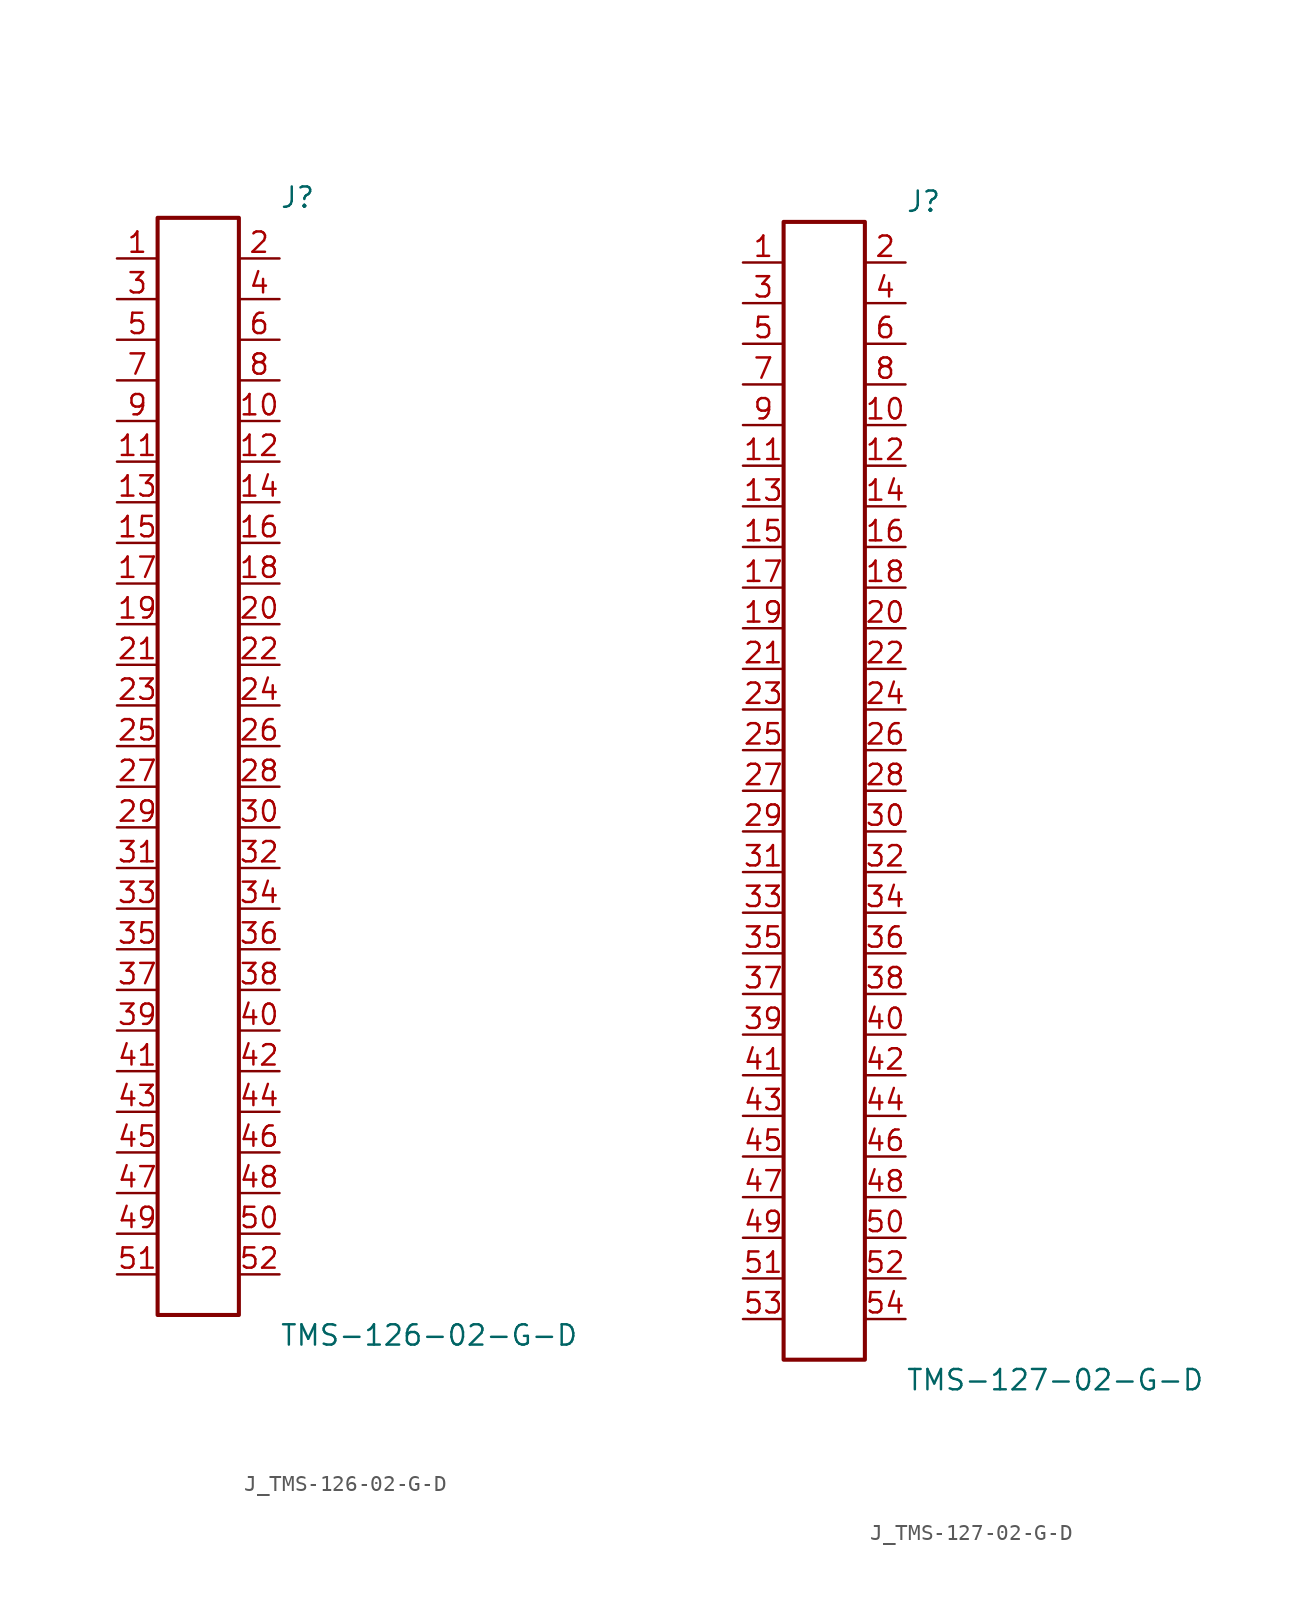
<source format=kicad_sym>
(kicad_symbol_lib
  (version 20231120)
  (generator kicad_symbol_editor)
  (generator_version 8.0)
  (symbol "J_TMS-126-02-G-D"
    (pin_names
      (offset 0.254))
    (property "Reference" "J"
      (at 5.08 35.56 0)
      (effects (font (size 1.27 1.27)) (justify left)))
    (property "Value" "TMS-126-02-G-D"
      (at 5.08 -35.56 0)
      (effects (font (size 1.27 1.27)) (justify left)))
    (symbol "J_TMS-126-02-G-D_0_0"
      (pin unspecified line (at -5.08 31.75 0) (length 2.54) (name "" (effects (font (size 1.27 1.27)))) (number "1" (effects (font (size 1.27 1.27)))))
      (pin unspecified line (at 5.08 31.75 180) (length 2.54) (name "" (effects (font (size 1.27 1.27)))) (number "2" (effects (font (size 1.27 1.27)))))
      (pin unspecified line (at -5.08 29.21 0) (length 2.54) (name "" (effects (font (size 1.27 1.27)))) (number "3" (effects (font (size 1.27 1.27)))))
      (pin unspecified line (at 5.08 29.21 180) (length 2.54) (name "" (effects (font (size 1.27 1.27)))) (number "4" (effects (font (size 1.27 1.27)))))
      (pin unspecified line (at -5.08 26.67 0) (length 2.54) (name "" (effects (font (size 1.27 1.27)))) (number "5" (effects (font (size 1.27 1.27)))))
      (pin unspecified line (at 5.08 26.67 180) (length 2.54) (name "" (effects (font (size 1.27 1.27)))) (number "6" (effects (font (size 1.27 1.27)))))
      (pin unspecified line (at -5.08 24.13 0) (length 2.54) (name "" (effects (font (size 1.27 1.27)))) (number "7" (effects (font (size 1.27 1.27)))))
      (pin unspecified line (at 5.08 24.13 180) (length 2.54) (name "" (effects (font (size 1.27 1.27)))) (number "8" (effects (font (size 1.27 1.27)))))
      (pin unspecified line (at -5.08 21.59 0) (length 2.54) (name "" (effects (font (size 1.27 1.27)))) (number "9" (effects (font (size 1.27 1.27)))))
      (pin unspecified line (at 5.08 21.59 180) (length 2.54) (name "" (effects (font (size 1.27 1.27)))) (number "10" (effects (font (size 1.27 1.27)))))
      (pin unspecified line (at -5.08 19.05 0) (length 2.54) (name "" (effects (font (size 1.27 1.27)))) (number "11" (effects (font (size 1.27 1.27)))))
      (pin unspecified line (at 5.08 19.05 180) (length 2.54) (name "" (effects (font (size 1.27 1.27)))) (number "12" (effects (font (size 1.27 1.27)))))
      (pin unspecified line (at -5.08 16.51 0) (length 2.54) (name "" (effects (font (size 1.27 1.27)))) (number "13" (effects (font (size 1.27 1.27)))))
      (pin unspecified line (at 5.08 16.51 180) (length 2.54) (name "" (effects (font (size 1.27 1.27)))) (number "14" (effects (font (size 1.27 1.27)))))
      (pin unspecified line (at -5.08 13.97 0) (length 2.54) (name "" (effects (font (size 1.27 1.27)))) (number "15" (effects (font (size 1.27 1.27)))))
      (pin unspecified line (at 5.08 13.97 180) (length 2.54) (name "" (effects (font (size 1.27 1.27)))) (number "16" (effects (font (size 1.27 1.27)))))
      (pin unspecified line (at -5.08 11.43 0) (length 2.54) (name "" (effects (font (size 1.27 1.27)))) (number "17" (effects (font (size 1.27 1.27)))))
      (pin unspecified line (at 5.08 11.43 180) (length 2.54) (name "" (effects (font (size 1.27 1.27)))) (number "18" (effects (font (size 1.27 1.27)))))
      (pin unspecified line (at -5.08 8.89 0) (length 2.54) (name "" (effects (font (size 1.27 1.27)))) (number "19" (effects (font (size 1.27 1.27)))))
      (pin unspecified line (at 5.08 8.89 180) (length 2.54) (name "" (effects (font (size 1.27 1.27)))) (number "20" (effects (font (size 1.27 1.27)))))
      (pin unspecified line (at -5.08 6.35 0) (length 2.54) (name "" (effects (font (size 1.27 1.27)))) (number "21" (effects (font (size 1.27 1.27)))))
      (pin unspecified line (at 5.08 6.35 180) (length 2.54) (name "" (effects (font (size 1.27 1.27)))) (number "22" (effects (font (size 1.27 1.27)))))
      (pin unspecified line (at -5.08 3.81 0) (length 2.54) (name "" (effects (font (size 1.27 1.27)))) (number "23" (effects (font (size 1.27 1.27)))))
      (pin unspecified line (at 5.08 3.81 180) (length 2.54) (name "" (effects (font (size 1.27 1.27)))) (number "24" (effects (font (size 1.27 1.27)))))
      (pin unspecified line (at -5.08 1.27 0) (length 2.54) (name "" (effects (font (size 1.27 1.27)))) (number "25" (effects (font (size 1.27 1.27)))))
      (pin unspecified line (at 5.08 1.27 180) (length 2.54) (name "" (effects (font (size 1.27 1.27)))) (number "26" (effects (font (size 1.27 1.27)))))
      (pin unspecified line (at -5.08 -1.27 0) (length 2.54) (name "" (effects (font (size 1.27 1.27)))) (number "27" (effects (font (size 1.27 1.27)))))
      (pin unspecified line (at 5.08 -1.27 180) (length 2.54) (name "" (effects (font (size 1.27 1.27)))) (number "28" (effects (font (size 1.27 1.27)))))
      (pin unspecified line (at -5.08 -3.81 0) (length 2.54) (name "" (effects (font (size 1.27 1.27)))) (number "29" (effects (font (size 1.27 1.27)))))
      (pin unspecified line (at 5.08 -3.81 180) (length 2.54) (name "" (effects (font (size 1.27 1.27)))) (number "30" (effects (font (size 1.27 1.27)))))
      (pin unspecified line (at -5.08 -6.35 0) (length 2.54) (name "" (effects (font (size 1.27 1.27)))) (number "31" (effects (font (size 1.27 1.27)))))
      (pin unspecified line (at 5.08 -6.35 180) (length 2.54) (name "" (effects (font (size 1.27 1.27)))) (number "32" (effects (font (size 1.27 1.27)))))
      (pin unspecified line (at -5.08 -8.89 0) (length 2.54) (name "" (effects (font (size 1.27 1.27)))) (number "33" (effects (font (size 1.27 1.27)))))
      (pin unspecified line (at 5.08 -8.89 180) (length 2.54) (name "" (effects (font (size 1.27 1.27)))) (number "34" (effects (font (size 1.27 1.27)))))
      (pin unspecified line (at -5.08 -11.43 0) (length 2.54) (name "" (effects (font (size 1.27 1.27)))) (number "35" (effects (font (size 1.27 1.27)))))
      (pin unspecified line (at 5.08 -11.43 180) (length 2.54) (name "" (effects (font (size 1.27 1.27)))) (number "36" (effects (font (size 1.27 1.27)))))
      (pin unspecified line (at -5.08 -13.97 0) (length 2.54) (name "" (effects (font (size 1.27 1.27)))) (number "37" (effects (font (size 1.27 1.27)))))
      (pin unspecified line (at 5.08 -13.97 180) (length 2.54) (name "" (effects (font (size 1.27 1.27)))) (number "38" (effects (font (size 1.27 1.27)))))
      (pin unspecified line (at -5.08 -16.51 0) (length 2.54) (name "" (effects (font (size 1.27 1.27)))) (number "39" (effects (font (size 1.27 1.27)))))
      (pin unspecified line (at 5.08 -16.51 180) (length 2.54) (name "" (effects (font (size 1.27 1.27)))) (number "40" (effects (font (size 1.27 1.27)))))
      (pin unspecified line (at -5.08 -19.05 0) (length 2.54) (name "" (effects (font (size 1.27 1.27)))) (number "41" (effects (font (size 1.27 1.27)))))
      (pin unspecified line (at 5.08 -19.05 180) (length 2.54) (name "" (effects (font (size 1.27 1.27)))) (number "42" (effects (font (size 1.27 1.27)))))
      (pin unspecified line (at -5.08 -21.59 0) (length 2.54) (name "" (effects (font (size 1.27 1.27)))) (number "43" (effects (font (size 1.27 1.27)))))
      (pin unspecified line (at 5.08 -21.59 180) (length 2.54) (name "" (effects (font (size 1.27 1.27)))) (number "44" (effects (font (size 1.27 1.27)))))
      (pin unspecified line (at -5.08 -24.13 0) (length 2.54) (name "" (effects (font (size 1.27 1.27)))) (number "45" (effects (font (size 1.27 1.27)))))
      (pin unspecified line (at 5.08 -24.13 180) (length 2.54) (name "" (effects (font (size 1.27 1.27)))) (number "46" (effects (font (size 1.27 1.27)))))
      (pin unspecified line (at -5.08 -26.67 0) (length 2.54) (name "" (effects (font (size 1.27 1.27)))) (number "47" (effects (font (size 1.27 1.27)))))
      (pin unspecified line (at 5.08 -26.67 180) (length 2.54) (name "" (effects (font (size 1.27 1.27)))) (number "48" (effects (font (size 1.27 1.27)))))
      (pin unspecified line (at -5.08 -29.21 0) (length 2.54) (name "" (effects (font (size 1.27 1.27)))) (number "49" (effects (font (size 1.27 1.27)))))
      (pin unspecified line (at 5.08 -29.21 180) (length 2.54) (name "" (effects (font (size 1.27 1.27)))) (number "50" (effects (font (size 1.27 1.27)))))
      (pin unspecified line (at -5.08 -31.75 0) (length 2.54) (name "" (effects (font (size 1.27 1.27)))) (number "51" (effects (font (size 1.27 1.27)))))
      (pin unspecified line (at 5.08 -31.75 180) (length 2.54) (name "" (effects (font (size 1.27 1.27)))) (number "52" (effects (font (size 1.27 1.27))))))
    (symbol "J_TMS-126-02-G-D_1_0"
      (rectangle (start -2.54 34.29) (end 2.54 -34.29) (stroke (width 0.254) (type solid)) (fill (type none)))))
  (symbol "J_TMS-127-02-G-D"
    (pin_names
      (offset 0.254))
    (property "Reference" "J"
      (at 5.08 36.83 0)
      (effects (font (size 1.27 1.27)) (justify left)))
    (property "Value" "TMS-127-02-G-D"
      (at 5.08 -36.83 0)
      (effects (font (size 1.27 1.27)) (justify left)))
    (symbol "J_TMS-127-02-G-D_0_0"
      (pin unspecified line (at -5.08 33.02 0) (length 2.54) (name "" (effects (font (size 1.27 1.27)))) (number "1" (effects (font (size 1.27 1.27)))))
      (pin unspecified line (at 5.08 33.02 180) (length 2.54) (name "" (effects (font (size 1.27 1.27)))) (number "2" (effects (font (size 1.27 1.27)))))
      (pin unspecified line (at -5.08 30.48 0) (length 2.54) (name "" (effects (font (size 1.27 1.27)))) (number "3" (effects (font (size 1.27 1.27)))))
      (pin unspecified line (at 5.08 30.48 180) (length 2.54) (name "" (effects (font (size 1.27 1.27)))) (number "4" (effects (font (size 1.27 1.27)))))
      (pin unspecified line (at -5.08 27.94 0) (length 2.54) (name "" (effects (font (size 1.27 1.27)))) (number "5" (effects (font (size 1.27 1.27)))))
      (pin unspecified line (at 5.08 27.94 180) (length 2.54) (name "" (effects (font (size 1.27 1.27)))) (number "6" (effects (font (size 1.27 1.27)))))
      (pin unspecified line (at -5.08 25.4 0) (length 2.54) (name "" (effects (font (size 1.27 1.27)))) (number "7" (effects (font (size 1.27 1.27)))))
      (pin unspecified line (at 5.08 25.4 180) (length 2.54) (name "" (effects (font (size 1.27 1.27)))) (number "8" (effects (font (size 1.27 1.27)))))
      (pin unspecified line (at -5.08 22.86 0) (length 2.54) (name "" (effects (font (size 1.27 1.27)))) (number "9" (effects (font (size 1.27 1.27)))))
      (pin unspecified line (at 5.08 22.86 180) (length 2.54) (name "" (effects (font (size 1.27 1.27)))) (number "10" (effects (font (size 1.27 1.27)))))
      (pin unspecified line (at -5.08 20.32 0) (length 2.54) (name "" (effects (font (size 1.27 1.27)))) (number "11" (effects (font (size 1.27 1.27)))))
      (pin unspecified line (at 5.08 20.32 180) (length 2.54) (name "" (effects (font (size 1.27 1.27)))) (number "12" (effects (font (size 1.27 1.27)))))
      (pin unspecified line (at -5.08 17.78 0) (length 2.54) (name "" (effects (font (size 1.27 1.27)))) (number "13" (effects (font (size 1.27 1.27)))))
      (pin unspecified line (at 5.08 17.78 180) (length 2.54) (name "" (effects (font (size 1.27 1.27)))) (number "14" (effects (font (size 1.27 1.27)))))
      (pin unspecified line (at -5.08 15.24 0) (length 2.54) (name "" (effects (font (size 1.27 1.27)))) (number "15" (effects (font (size 1.27 1.27)))))
      (pin unspecified line (at 5.08 15.24 180) (length 2.54) (name "" (effects (font (size 1.27 1.27)))) (number "16" (effects (font (size 1.27 1.27)))))
      (pin unspecified line (at -5.08 12.7 0) (length 2.54) (name "" (effects (font (size 1.27 1.27)))) (number "17" (effects (font (size 1.27 1.27)))))
      (pin unspecified line (at 5.08 12.7 180) (length 2.54) (name "" (effects (font (size 1.27 1.27)))) (number "18" (effects (font (size 1.27 1.27)))))
      (pin unspecified line (at -5.08 10.16 0) (length 2.54) (name "" (effects (font (size 1.27 1.27)))) (number "19" (effects (font (size 1.27 1.27)))))
      (pin unspecified line (at 5.08 10.16 180) (length 2.54) (name "" (effects (font (size 1.27 1.27)))) (number "20" (effects (font (size 1.27 1.27)))))
      (pin unspecified line (at -5.08 7.62 0) (length 2.54) (name "" (effects (font (size 1.27 1.27)))) (number "21" (effects (font (size 1.27 1.27)))))
      (pin unspecified line (at 5.08 7.62 180) (length 2.54) (name "" (effects (font (size 1.27 1.27)))) (number "22" (effects (font (size 1.27 1.27)))))
      (pin unspecified line (at -5.08 5.08 0) (length 2.54) (name "" (effects (font (size 1.27 1.27)))) (number "23" (effects (font (size 1.27 1.27)))))
      (pin unspecified line (at 5.08 5.08 180) (length 2.54) (name "" (effects (font (size 1.27 1.27)))) (number "24" (effects (font (size 1.27 1.27)))))
      (pin unspecified line (at -5.08 2.54 0) (length 2.54) (name "" (effects (font (size 1.27 1.27)))) (number "25" (effects (font (size 1.27 1.27)))))
      (pin unspecified line (at 5.08 2.54 180) (length 2.54) (name "" (effects (font (size 1.27 1.27)))) (number "26" (effects (font (size 1.27 1.27)))))
      (pin unspecified line (at -5.08 0.0 0) (length 2.54) (name "" (effects (font (size 1.27 1.27)))) (number "27" (effects (font (size 1.27 1.27)))))
      (pin unspecified line (at 5.08 0.0 180) (length 2.54) (name "" (effects (font (size 1.27 1.27)))) (number "28" (effects (font (size 1.27 1.27)))))
      (pin unspecified line (at -5.08 -2.54 0) (length 2.54) (name "" (effects (font (size 1.27 1.27)))) (number "29" (effects (font (size 1.27 1.27)))))
      (pin unspecified line (at 5.08 -2.54 180) (length 2.54) (name "" (effects (font (size 1.27 1.27)))) (number "30" (effects (font (size 1.27 1.27)))))
      (pin unspecified line (at -5.08 -5.08 0) (length 2.54) (name "" (effects (font (size 1.27 1.27)))) (number "31" (effects (font (size 1.27 1.27)))))
      (pin unspecified line (at 5.08 -5.08 180) (length 2.54) (name "" (effects (font (size 1.27 1.27)))) (number "32" (effects (font (size 1.27 1.27)))))
      (pin unspecified line (at -5.08 -7.62 0) (length 2.54) (name "" (effects (font (size 1.27 1.27)))) (number "33" (effects (font (size 1.27 1.27)))))
      (pin unspecified line (at 5.08 -7.62 180) (length 2.54) (name "" (effects (font (size 1.27 1.27)))) (number "34" (effects (font (size 1.27 1.27)))))
      (pin unspecified line (at -5.08 -10.16 0) (length 2.54) (name "" (effects (font (size 1.27 1.27)))) (number "35" (effects (font (size 1.27 1.27)))))
      (pin unspecified line (at 5.08 -10.16 180) (length 2.54) (name "" (effects (font (size 1.27 1.27)))) (number "36" (effects (font (size 1.27 1.27)))))
      (pin unspecified line (at -5.08 -12.7 0) (length 2.54) (name "" (effects (font (size 1.27 1.27)))) (number "37" (effects (font (size 1.27 1.27)))))
      (pin unspecified line (at 5.08 -12.7 180) (length 2.54) (name "" (effects (font (size 1.27 1.27)))) (number "38" (effects (font (size 1.27 1.27)))))
      (pin unspecified line (at -5.08 -15.24 0) (length 2.54) (name "" (effects (font (size 1.27 1.27)))) (number "39" (effects (font (size 1.27 1.27)))))
      (pin unspecified line (at 5.08 -15.24 180) (length 2.54) (name "" (effects (font (size 1.27 1.27)))) (number "40" (effects (font (size 1.27 1.27)))))
      (pin unspecified line (at -5.08 -17.78 0) (length 2.54) (name "" (effects (font (size 1.27 1.27)))) (number "41" (effects (font (size 1.27 1.27)))))
      (pin unspecified line (at 5.08 -17.78 180) (length 2.54) (name "" (effects (font (size 1.27 1.27)))) (number "42" (effects (font (size 1.27 1.27)))))
      (pin unspecified line (at -5.08 -20.32 0) (length 2.54) (name "" (effects (font (size 1.27 1.27)))) (number "43" (effects (font (size 1.27 1.27)))))
      (pin unspecified line (at 5.08 -20.32 180) (length 2.54) (name "" (effects (font (size 1.27 1.27)))) (number "44" (effects (font (size 1.27 1.27)))))
      (pin unspecified line (at -5.08 -22.86 0) (length 2.54) (name "" (effects (font (size 1.27 1.27)))) (number "45" (effects (font (size 1.27 1.27)))))
      (pin unspecified line (at 5.08 -22.86 180) (length 2.54) (name "" (effects (font (size 1.27 1.27)))) (number "46" (effects (font (size 1.27 1.27)))))
      (pin unspecified line (at -5.08 -25.4 0) (length 2.54) (name "" (effects (font (size 1.27 1.27)))) (number "47" (effects (font (size 1.27 1.27)))))
      (pin unspecified line (at 5.08 -25.4 180) (length 2.54) (name "" (effects (font (size 1.27 1.27)))) (number "48" (effects (font (size 1.27 1.27)))))
      (pin unspecified line (at -5.08 -27.94 0) (length 2.54) (name "" (effects (font (size 1.27 1.27)))) (number "49" (effects (font (size 1.27 1.27)))))
      (pin unspecified line (at 5.08 -27.94 180) (length 2.54) (name "" (effects (font (size 1.27 1.27)))) (number "50" (effects (font (size 1.27 1.27)))))
      (pin unspecified line (at -5.08 -30.48 0) (length 2.54) (name "" (effects (font (size 1.27 1.27)))) (number "51" (effects (font (size 1.27 1.27)))))
      (pin unspecified line (at 5.08 -30.48 180) (length 2.54) (name "" (effects (font (size 1.27 1.27)))) (number "52" (effects (font (size 1.27 1.27)))))
      (pin unspecified line (at -5.08 -33.02 0) (length 2.54) (name "" (effects (font (size 1.27 1.27)))) (number "53" (effects (font (size 1.27 1.27)))))
      (pin unspecified line (at 5.08 -33.02 180) (length 2.54) (name "" (effects (font (size 1.27 1.27)))) (number "54" (effects (font (size 1.27 1.27))))))
    (symbol "J_TMS-127-02-G-D_1_0"
      (rectangle (start -2.54 35.56) (end 2.54 -35.56) (stroke (width 0.254) (type solid)) (fill (type none))))))
</source>
